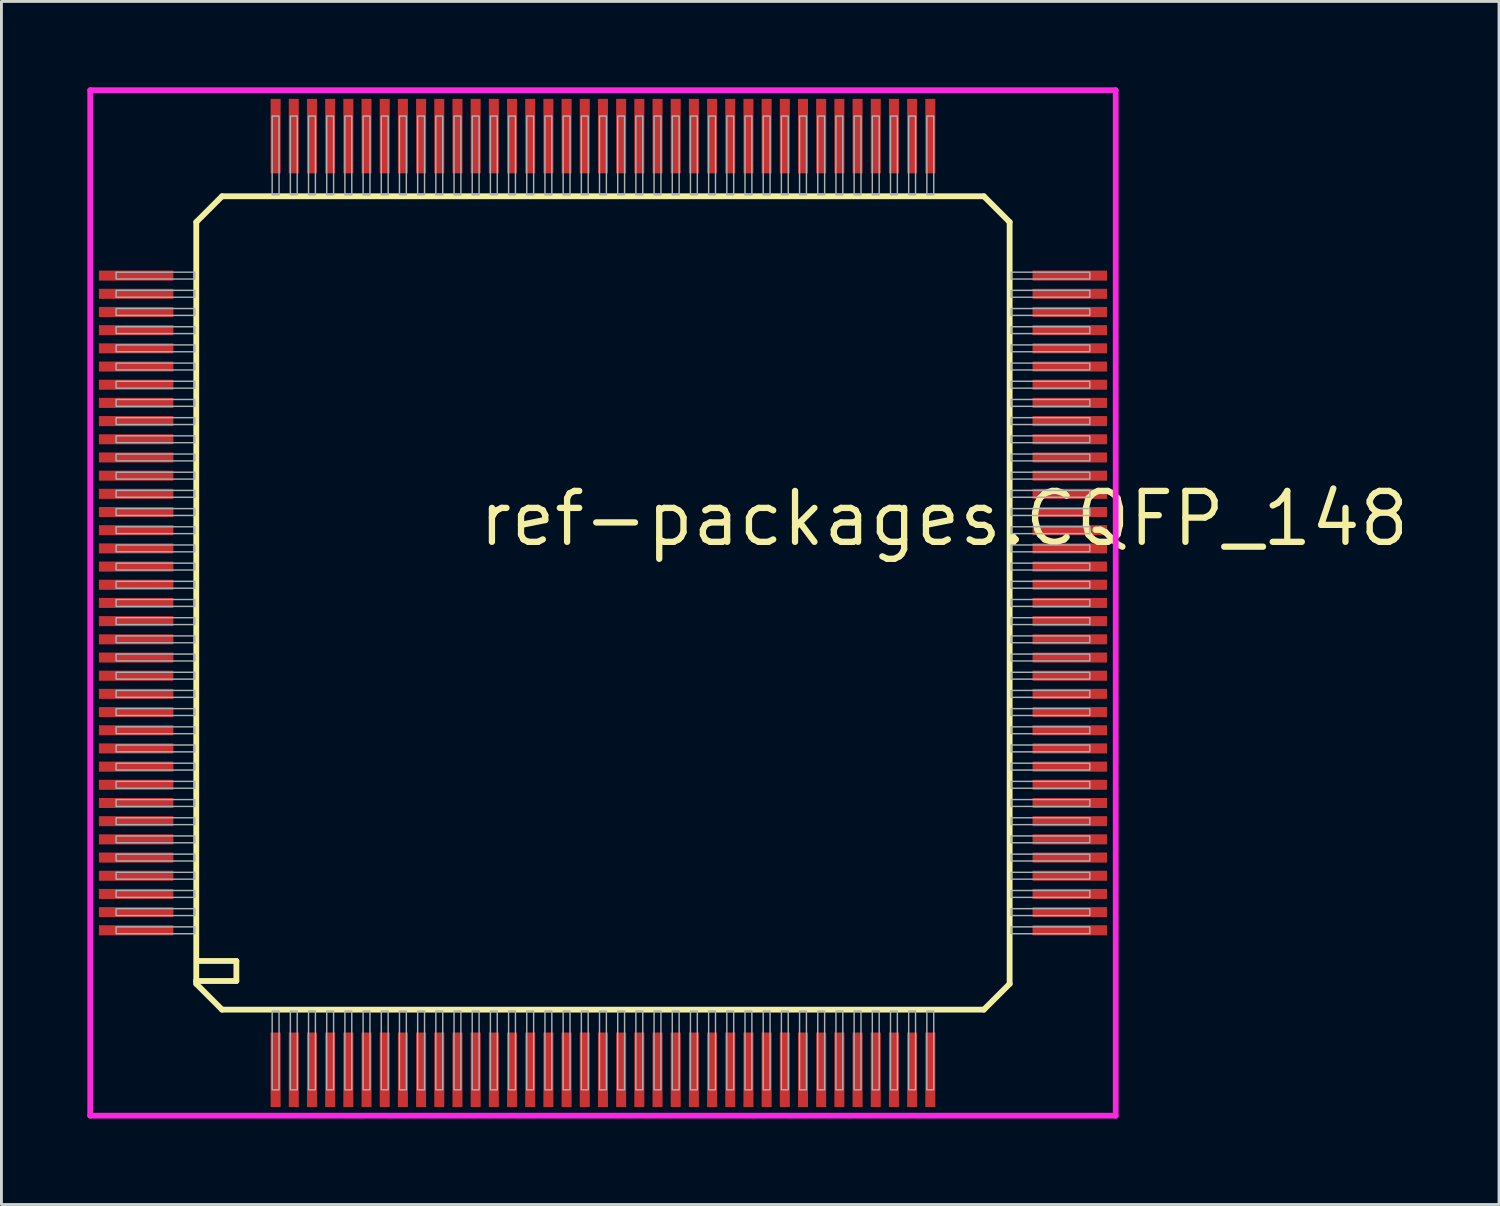
<source format=kicad_pcb>
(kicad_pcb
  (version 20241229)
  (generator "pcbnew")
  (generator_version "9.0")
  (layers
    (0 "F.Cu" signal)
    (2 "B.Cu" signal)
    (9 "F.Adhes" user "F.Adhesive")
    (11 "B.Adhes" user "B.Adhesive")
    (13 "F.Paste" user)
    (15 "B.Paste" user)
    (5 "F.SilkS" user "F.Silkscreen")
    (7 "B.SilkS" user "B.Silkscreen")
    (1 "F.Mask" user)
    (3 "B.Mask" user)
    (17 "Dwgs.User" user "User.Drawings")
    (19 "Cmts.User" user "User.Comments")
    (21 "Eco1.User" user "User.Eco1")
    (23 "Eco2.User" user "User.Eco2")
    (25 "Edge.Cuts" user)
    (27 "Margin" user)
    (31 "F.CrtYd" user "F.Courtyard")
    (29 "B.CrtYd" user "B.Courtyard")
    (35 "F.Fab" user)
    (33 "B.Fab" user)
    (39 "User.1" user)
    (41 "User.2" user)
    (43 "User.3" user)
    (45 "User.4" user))
  (footprint "ref-packages.CQFP_148"
    (layer "F.Cu")
    (at 18.003 18.003)
    (property "Reference" "ref-packages.CQFP_148" (at -4.445 -1.905 0) (layer "F.SilkS") (effects (font (size 1.778 1.778) (thickness 0.22)) (justify left bottom)))
    (attr smd)
    (fp_line (start -14.2 -13.3) (end -14.2 13.2) (stroke (width 0.203) (type default)) (layer "F.SilkS"))
    (fp_line (start -14.2 -13.3) (end -13.3 -14.2) (stroke (width 0.203) (type default)) (layer "F.SilkS"))
    (fp_line (start -14.2 13.2) (end -14.2 13.3) (stroke (width 0.203) (type default)) (layer "F.SilkS"))
    (fp_line (start -14.2 13.2) (end -12.8 13.2) (stroke (width 0.203) (type default)) (layer "F.SilkS"))
    (fp_line (start -14.2 13.3) (end -13.3 14.2) (stroke (width 0.203) (type default)) (layer "F.SilkS"))
    (fp_line (start -13.3 14.2) (end 13.3 14.2) (stroke (width 0.203) (type default)) (layer "F.SilkS"))
    (fp_line (start -12.8 12.5) (end -14.1 12.5) (stroke (width 0.203) (type default)) (layer "F.SilkS"))
    (fp_line (start -12.8 13.2) (end -12.8 12.5) (stroke (width 0.203) (type default)) (layer "F.SilkS"))
    (fp_line (start 13.3 -14.2) (end -13.3 -14.2) (stroke (width 0.203) (type default)) (layer "F.SilkS"))
    (fp_line (start 13.3 -14.2) (end 14.2 -13.3) (stroke (width 0.203) (type default)) (layer "F.SilkS"))
    (fp_line (start 13.3 14.2) (end 14.2 13.3) (stroke (width 0.203) (type default)) (layer "F.SilkS"))
    (fp_line (start 14.2 13.3) (end 14.2 -13.3) (stroke (width 0.203) (type default)) (layer "F.SilkS"))
    (fp_line (start -17.903 -17.903) (end 17.903 -17.903) (stroke (width 0.2) (type default)) (layer "F.CrtYd"))
    (fp_line (start -17.903 17.903) (end -17.903 -17.903) (stroke (width 0.2) (type default)) (layer "F.CrtYd"))
    (fp_line (start 17.903 -17.903) (end 17.903 17.903) (stroke (width 0.2) (type default)) (layer "F.CrtYd"))
    (fp_line (start 17.903 17.903) (end -17.903 17.903) (stroke (width 0.2) (type default)) (layer "F.CrtYd"))
    (fp_rect (start -17 -11.31) (end -14.25 -11.55) (stroke (width 0.05) (type default)) (fill no) (layer "F.Fab"))
    (fp_rect (start -17 -10.675) (end -14.25 -10.915) (stroke (width 0.05) (type default)) (fill no) (layer "F.Fab"))
    (fp_rect (start -17 -10.04) (end -14.25 -10.28) (stroke (width 0.05) (type default)) (fill no) (layer "F.Fab"))
    (fp_rect (start -17 -9.405) (end -14.25 -9.645) (stroke (width 0.05) (type default)) (fill no) (layer "F.Fab"))
    (fp_rect (start -17 -8.77) (end -14.25 -9.01) (stroke (width 0.05) (type default)) (fill no) (layer "F.Fab"))
    (fp_rect (start -17 -8.135) (end -14.25 -8.375) (stroke (width 0.05) (type default)) (fill no) (layer "F.Fab"))
    (fp_rect (start -17 -7.5) (end -14.25 -7.74) (stroke (width 0.05) (type default)) (fill no) (layer "F.Fab"))
    (fp_rect (start -17 -6.865) (end -14.25 -7.105) (stroke (width 0.05) (type default)) (fill no) (layer "F.Fab"))
    (fp_rect (start -17 -6.23) (end -14.25 -6.47) (stroke (width 0.05) (type default)) (fill no) (layer "F.Fab"))
    (fp_rect (start -17 -5.595) (end -14.25 -5.835) (stroke (width 0.05) (type default)) (fill no) (layer "F.Fab"))
    (fp_rect (start -17 -4.96) (end -14.25 -5.2) (stroke (width 0.05) (type default)) (fill no) (layer "F.Fab"))
    (fp_rect (start -17 -4.325) (end -14.25 -4.565) (stroke (width 0.05) (type default)) (fill no) (layer "F.Fab"))
    (fp_rect (start -17 -3.69) (end -14.25 -3.93) (stroke (width 0.05) (type default)) (fill no) (layer "F.Fab"))
    (fp_rect (start -17 -3.055) (end -14.25 -3.295) (stroke (width 0.05) (type default)) (fill no) (layer "F.Fab"))
    (fp_rect (start -17 -2.42) (end -14.25 -2.66) (stroke (width 0.05) (type default)) (fill no) (layer "F.Fab"))
    (fp_rect (start -17 -1.785) (end -14.25 -2.025) (stroke (width 0.05) (type default)) (fill no) (layer "F.Fab"))
    (fp_rect (start -17 -1.15) (end -14.25 -1.39) (stroke (width 0.05) (type default)) (fill no) (layer "F.Fab"))
    (fp_rect (start -17 -0.515) (end -14.25 -0.755) (stroke (width 0.05) (type default)) (fill no) (layer "F.Fab"))
    (fp_rect (start -17 0.12) (end -14.25 -0.12) (stroke (width 0.05) (type default)) (fill no) (layer "F.Fab"))
    (fp_rect (start -17 0.755) (end -14.25 0.515) (stroke (width 0.05) (type default)) (fill no) (layer "F.Fab"))
    (fp_rect (start -17 1.39) (end -14.25 1.15) (stroke (width 0.05) (type default)) (fill no) (layer "F.Fab"))
    (fp_rect (start -17 2.025) (end -14.25 1.785) (stroke (width 0.05) (type default)) (fill no) (layer "F.Fab"))
    (fp_rect (start -17 2.66) (end -14.25 2.42) (stroke (width 0.05) (type default)) (fill no) (layer "F.Fab"))
    (fp_rect (start -17 3.295) (end -14.25 3.055) (stroke (width 0.05) (type default)) (fill no) (layer "F.Fab"))
    (fp_rect (start -17 3.93) (end -14.25 3.69) (stroke (width 0.05) (type default)) (fill no) (layer "F.Fab"))
    (fp_rect (start -17 4.565) (end -14.25 4.325) (stroke (width 0.05) (type default)) (fill no) (layer "F.Fab"))
    (fp_rect (start -17 5.2) (end -14.25 4.96) (stroke (width 0.05) (type default)) (fill no) (layer "F.Fab"))
    (fp_rect (start -17 5.835) (end -14.25 5.595) (stroke (width 0.05) (type default)) (fill no) (layer "F.Fab"))
    (fp_rect (start -17 6.47) (end -14.25 6.23) (stroke (width 0.05) (type default)) (fill no) (layer "F.Fab"))
    (fp_rect (start -17 7.105) (end -14.25 6.865) (stroke (width 0.05) (type default)) (fill no) (layer "F.Fab"))
    (fp_rect (start -17 7.74) (end -14.25 7.5) (stroke (width 0.05) (type default)) (fill no) (layer "F.Fab"))
    (fp_rect (start -17 8.375) (end -14.25 8.135) (stroke (width 0.05) (type default)) (fill no) (layer "F.Fab"))
    (fp_rect (start -17 9.01) (end -14.25 8.77) (stroke (width 0.05) (type default)) (fill no) (layer "F.Fab"))
    (fp_rect (start -17 9.645) (end -14.25 9.405) (stroke (width 0.05) (type default)) (fill no) (layer "F.Fab"))
    (fp_rect (start -17 10.28) (end -14.25 10.04) (stroke (width 0.05) (type default)) (fill no) (layer "F.Fab"))
    (fp_rect (start -17 10.915) (end -14.25 10.675) (stroke (width 0.05) (type default)) (fill no) (layer "F.Fab"))
    (fp_rect (start -17 11.55) (end -14.25 11.31) (stroke (width 0.05) (type default)) (fill no) (layer "F.Fab"))
    (fp_rect (start -11.55 -14.25) (end -11.31 -17) (stroke (width 0.05) (type default)) (fill no) (layer "F.Fab"))
    (fp_rect (start -11.55 17) (end -11.31 14.25) (stroke (width 0.05) (type default)) (fill no) (layer "F.Fab"))
    (fp_rect (start -10.915 -14.25) (end -10.675 -17) (stroke (width 0.05) (type default)) (fill no) (layer "F.Fab"))
    (fp_rect (start -10.915 17) (end -10.675 14.25) (stroke (width 0.05) (type default)) (fill no) (layer "F.Fab"))
    (fp_rect (start -10.28 -14.25) (end -10.04 -17) (stroke (width 0.05) (type default)) (fill no) (layer "F.Fab"))
    (fp_rect (start -10.28 17) (end -10.04 14.25) (stroke (width 0.05) (type default)) (fill no) (layer "F.Fab"))
    (fp_rect (start -9.645 -14.25) (end -9.405 -17) (stroke (width 0.05) (type default)) (fill no) (layer "F.Fab"))
    (fp_rect (start -9.645 17) (end -9.405 14.25) (stroke (width 0.05) (type default)) (fill no) (layer "F.Fab"))
    (fp_rect (start -9.01 -14.25) (end -8.77 -17) (stroke (width 0.05) (type default)) (fill no) (layer "F.Fab"))
    (fp_rect (start -9.01 17) (end -8.77 14.25) (stroke (width 0.05) (type default)) (fill no) (layer "F.Fab"))
    (fp_rect (start -8.375 -14.25) (end -8.135 -17) (stroke (width 0.05) (type default)) (fill no) (layer "F.Fab"))
    (fp_rect (start -8.375 17) (end -8.135 14.25) (stroke (width 0.05) (type default)) (fill no) (layer "F.Fab"))
    (fp_rect (start -7.74 -14.25) (end -7.5 -17) (stroke (width 0.05) (type default)) (fill no) (layer "F.Fab"))
    (fp_rect (start -7.74 17) (end -7.5 14.25) (stroke (width 0.05) (type default)) (fill no) (layer "F.Fab"))
    (fp_rect (start -7.105 -14.25) (end -6.865 -17) (stroke (width 0.05) (type default)) (fill no) (layer "F.Fab"))
    (fp_rect (start -7.105 17) (end -6.865 14.25) (stroke (width 0.05) (type default)) (fill no) (layer "F.Fab"))
    (fp_rect (start -6.47 -14.25) (end -6.23 -17) (stroke (width 0.05) (type default)) (fill no) (layer "F.Fab"))
    (fp_rect (start -6.47 17) (end -6.23 14.25) (stroke (width 0.05) (type default)) (fill no) (layer "F.Fab"))
    (fp_rect (start -5.835 -14.25) (end -5.595 -17) (stroke (width 0.05) (type default)) (fill no) (layer "F.Fab"))
    (fp_rect (start -5.835 17) (end -5.595 14.25) (stroke (width 0.05) (type default)) (fill no) (layer "F.Fab"))
    (fp_rect (start -5.2 -14.25) (end -4.96 -17) (stroke (width 0.05) (type default)) (fill no) (layer "F.Fab"))
    (fp_rect (start -5.2 17) (end -4.96 14.25) (stroke (width 0.05) (type default)) (fill no) (layer "F.Fab"))
    (fp_rect (start -4.565 -14.25) (end -4.325 -17) (stroke (width 0.05) (type default)) (fill no) (layer "F.Fab"))
    (fp_rect (start -4.565 17) (end -4.325 14.25) (stroke (width 0.05) (type default)) (fill no) (layer "F.Fab"))
    (fp_rect (start -3.93 -14.25) (end -3.69 -17) (stroke (width 0.05) (type default)) (fill no) (layer "F.Fab"))
    (fp_rect (start -3.93 17) (end -3.69 14.25) (stroke (width 0.05) (type default)) (fill no) (layer "F.Fab"))
    (fp_rect (start -3.295 -14.25) (end -3.055 -17) (stroke (width 0.05) (type default)) (fill no) (layer "F.Fab"))
    (fp_rect (start -3.295 17) (end -3.055 14.25) (stroke (width 0.05) (type default)) (fill no) (layer "F.Fab"))
    (fp_rect (start -2.66 -14.25) (end -2.42 -17) (stroke (width 0.05) (type default)) (fill no) (layer "F.Fab"))
    (fp_rect (start -2.66 17) (end -2.42 14.25) (stroke (width 0.05) (type default)) (fill no) (layer "F.Fab"))
    (fp_rect (start -2.025 -14.25) (end -1.785 -17) (stroke (width 0.05) (type default)) (fill no) (layer "F.Fab"))
    (fp_rect (start -2.025 17) (end -1.785 14.25) (stroke (width 0.05) (type default)) (fill no) (layer "F.Fab"))
    (fp_rect (start -1.39 -14.25) (end -1.15 -17) (stroke (width 0.05) (type default)) (fill no) (layer "F.Fab"))
    (fp_rect (start -1.39 17) (end -1.15 14.25) (stroke (width 0.05) (type default)) (fill no) (layer "F.Fab"))
    (fp_rect (start -0.755 -14.25) (end -0.515 -17) (stroke (width 0.05) (type default)) (fill no) (layer "F.Fab"))
    (fp_rect (start -0.755 17) (end -0.515 14.25) (stroke (width 0.05) (type default)) (fill no) (layer "F.Fab"))
    (fp_rect (start -0.12 -14.25) (end 0.12 -17) (stroke (width 0.05) (type default)) (fill no) (layer "F.Fab"))
    (fp_rect (start -0.12 17) (end 0.12 14.25) (stroke (width 0.05) (type default)) (fill no) (layer "F.Fab"))
    (fp_rect (start 0.515 -14.25) (end 0.755 -17) (stroke (width 0.05) (type default)) (fill no) (layer "F.Fab"))
    (fp_rect (start 0.515 17) (end 0.755 14.25) (stroke (width 0.05) (type default)) (fill no) (layer "F.Fab"))
    (fp_rect (start 1.15 -14.25) (end 1.39 -17) (stroke (width 0.05) (type default)) (fill no) (layer "F.Fab"))
    (fp_rect (start 1.15 17) (end 1.39 14.25) (stroke (width 0.05) (type default)) (fill no) (layer "F.Fab"))
    (fp_rect (start 1.785 -14.25) (end 2.025 -17) (stroke (width 0.05) (type default)) (fill no) (layer "F.Fab"))
    (fp_rect (start 1.785 17) (end 2.025 14.25) (stroke (width 0.05) (type default)) (fill no) (layer "F.Fab"))
    (fp_rect (start 2.42 -14.25) (end 2.66 -17) (stroke (width 0.05) (type default)) (fill no) (layer "F.Fab"))
    (fp_rect (start 2.42 17) (end 2.66 14.25) (stroke (width 0.05) (type default)) (fill no) (layer "F.Fab"))
    (fp_rect (start 3.055 -14.25) (end 3.295 -17) (stroke (width 0.05) (type default)) (fill no) (layer "F.Fab"))
    (fp_rect (start 3.055 17) (end 3.295 14.25) (stroke (width 0.05) (type default)) (fill no) (layer "F.Fab"))
    (fp_rect (start 3.69 -14.25) (end 3.93 -17) (stroke (width 0.05) (type default)) (fill no) (layer "F.Fab"))
    (fp_rect (start 3.69 17) (end 3.93 14.25) (stroke (width 0.05) (type default)) (fill no) (layer "F.Fab"))
    (fp_rect (start 4.325 -14.25) (end 4.565 -17) (stroke (width 0.05) (type default)) (fill no) (layer "F.Fab"))
    (fp_rect (start 4.325 17) (end 4.565 14.25) (stroke (width 0.05) (type default)) (fill no) (layer "F.Fab"))
    (fp_rect (start 4.96 -14.25) (end 5.2 -17) (stroke (width 0.05) (type default)) (fill no) (layer "F.Fab"))
    (fp_rect (start 4.96 17) (end 5.2 14.25) (stroke (width 0.05) (type default)) (fill no) (layer "F.Fab"))
    (fp_rect (start 5.595 -14.25) (end 5.835 -17) (stroke (width 0.05) (type default)) (fill no) (layer "F.Fab"))
    (fp_rect (start 5.595 17) (end 5.835 14.25) (stroke (width 0.05) (type default)) (fill no) (layer "F.Fab"))
    (fp_rect (start 6.23 -14.25) (end 6.47 -17) (stroke (width 0.05) (type default)) (fill no) (layer "F.Fab"))
    (fp_rect (start 6.23 17) (end 6.47 14.25) (stroke (width 0.05) (type default)) (fill no) (layer "F.Fab"))
    (fp_rect (start 6.865 -14.25) (end 7.105 -17) (stroke (width 0.05) (type default)) (fill no) (layer "F.Fab"))
    (fp_rect (start 6.865 17) (end 7.105 14.25) (stroke (width 0.05) (type default)) (fill no) (layer "F.Fab"))
    (fp_rect (start 7.5 -14.25) (end 7.74 -17) (stroke (width 0.05) (type default)) (fill no) (layer "F.Fab"))
    (fp_rect (start 7.5 17) (end 7.74 14.25) (stroke (width 0.05) (type default)) (fill no) (layer "F.Fab"))
    (fp_rect (start 8.135 -14.25) (end 8.375 -17) (stroke (width 0.05) (type default)) (fill no) (layer "F.Fab"))
    (fp_rect (start 8.135 17) (end 8.375 14.25) (stroke (width 0.05) (type default)) (fill no) (layer "F.Fab"))
    (fp_rect (start 8.77 -14.25) (end 9.01 -17) (stroke (width 0.05) (type default)) (fill no) (layer "F.Fab"))
    (fp_rect (start 8.77 17) (end 9.01 14.25) (stroke (width 0.05) (type default)) (fill no) (layer "F.Fab"))
    (fp_rect (start 9.405 -14.25) (end 9.645 -17) (stroke (width 0.05) (type default)) (fill no) (layer "F.Fab"))
    (fp_rect (start 9.405 17) (end 9.645 14.25) (stroke (width 0.05) (type default)) (fill no) (layer "F.Fab"))
    (fp_rect (start 10.04 -14.25) (end 10.28 -17) (stroke (width 0.05) (type default)) (fill no) (layer "F.Fab"))
    (fp_rect (start 10.04 17) (end 10.28 14.25) (stroke (width 0.05) (type default)) (fill no) (layer "F.Fab"))
    (fp_rect (start 10.675 -14.25) (end 10.915 -17) (stroke (width 0.05) (type default)) (fill no) (layer "F.Fab"))
    (fp_rect (start 10.675 17) (end 10.915 14.25) (stroke (width 0.05) (type default)) (fill no) (layer "F.Fab"))
    (fp_rect (start 11.31 -14.25) (end 11.55 -17) (stroke (width 0.05) (type default)) (fill no) (layer "F.Fab"))
    (fp_rect (start 11.31 17) (end 11.55 14.25) (stroke (width 0.05) (type default)) (fill no) (layer "F.Fab"))
    (fp_rect (start 14.25 -11.31) (end 17 -11.55) (stroke (width 0.05) (type default)) (fill no) (layer "F.Fab"))
    (fp_rect (start 14.25 -10.675) (end 17 -10.915) (stroke (width 0.05) (type default)) (fill no) (layer "F.Fab"))
    (fp_rect (start 14.25 -10.04) (end 17 -10.28) (stroke (width 0.05) (type default)) (fill no) (layer "F.Fab"))
    (fp_rect (start 14.25 -9.405) (end 17 -9.645) (stroke (width 0.05) (type default)) (fill no) (layer "F.Fab"))
    (fp_rect (start 14.25 -8.77) (end 17 -9.01) (stroke (width 0.05) (type default)) (fill no) (layer "F.Fab"))
    (fp_rect (start 14.25 -8.135) (end 17 -8.375) (stroke (width 0.05) (type default)) (fill no) (layer "F.Fab"))
    (fp_rect (start 14.25 -7.5) (end 17 -7.74) (stroke (width 0.05) (type default)) (fill no) (layer "F.Fab"))
    (fp_rect (start 14.25 -6.865) (end 17 -7.105) (stroke (width 0.05) (type default)) (fill no) (layer "F.Fab"))
    (fp_rect (start 14.25 -6.23) (end 17 -6.47) (stroke (width 0.05) (type default)) (fill no) (layer "F.Fab"))
    (fp_rect (start 14.25 -5.595) (end 17 -5.835) (stroke (width 0.05) (type default)) (fill no) (layer "F.Fab"))
    (fp_rect (start 14.25 -4.96) (end 17 -5.2) (stroke (width 0.05) (type default)) (fill no) (layer "F.Fab"))
    (fp_rect (start 14.25 -4.325) (end 17 -4.565) (stroke (width 0.05) (type default)) (fill no) (layer "F.Fab"))
    (fp_rect (start 14.25 -3.69) (end 17 -3.93) (stroke (width 0.05) (type default)) (fill no) (layer "F.Fab"))
    (fp_rect (start 14.25 -3.055) (end 17 -3.295) (stroke (width 0.05) (type default)) (fill no) (layer "F.Fab"))
    (fp_rect (start 14.25 -2.42) (end 17 -2.66) (stroke (width 0.05) (type default)) (fill no) (layer "F.Fab"))
    (fp_rect (start 14.25 -1.785) (end 17 -2.025) (stroke (width 0.05) (type default)) (fill no) (layer "F.Fab"))
    (fp_rect (start 14.25 -1.15) (end 17 -1.39) (stroke (width 0.05) (type default)) (fill no) (layer "F.Fab"))
    (fp_rect (start 14.25 -0.515) (end 17 -0.755) (stroke (width 0.05) (type default)) (fill no) (layer "F.Fab"))
    (fp_rect (start 14.25 0.12) (end 17 -0.12) (stroke (width 0.05) (type default)) (fill no) (layer "F.Fab"))
    (fp_rect (start 14.25 0.755) (end 17 0.515) (stroke (width 0.05) (type default)) (fill no) (layer "F.Fab"))
    (fp_rect (start 14.25 1.39) (end 17 1.15) (stroke (width 0.05) (type default)) (fill no) (layer "F.Fab"))
    (fp_rect (start 14.25 2.025) (end 17 1.785) (stroke (width 0.05) (type default)) (fill no) (layer "F.Fab"))
    (fp_rect (start 14.25 2.66) (end 17 2.42) (stroke (width 0.05) (type default)) (fill no) (layer "F.Fab"))
    (fp_rect (start 14.25 3.295) (end 17 3.055) (stroke (width 0.05) (type default)) (fill no) (layer "F.Fab"))
    (fp_rect (start 14.25 3.93) (end 17 3.69) (stroke (width 0.05) (type default)) (fill no) (layer "F.Fab"))
    (fp_rect (start 14.25 4.565) (end 17 4.325) (stroke (width 0.05) (type default)) (fill no) (layer "F.Fab"))
    (fp_rect (start 14.25 5.2) (end 17 4.96) (stroke (width 0.05) (type default)) (fill no) (layer "F.Fab"))
    (fp_rect (start 14.25 5.835) (end 17 5.595) (stroke (width 0.05) (type default)) (fill no) (layer "F.Fab"))
    (fp_rect (start 14.25 6.47) (end 17 6.23) (stroke (width 0.05) (type default)) (fill no) (layer "F.Fab"))
    (fp_rect (start 14.25 7.105) (end 17 6.865) (stroke (width 0.05) (type default)) (fill no) (layer "F.Fab"))
    (fp_rect (start 14.25 7.74) (end 17 7.5) (stroke (width 0.05) (type default)) (fill no) (layer "F.Fab"))
    (fp_rect (start 14.25 8.375) (end 17 8.135) (stroke (width 0.05) (type default)) (fill no) (layer "F.Fab"))
    (fp_rect (start 14.25 9.01) (end 17 8.77) (stroke (width 0.05) (type default)) (fill no) (layer "F.Fab"))
    (fp_rect (start 14.25 9.645) (end 17 9.405) (stroke (width 0.05) (type default)) (fill no) (layer "F.Fab"))
    (fp_rect (start 14.25 10.28) (end 17 10.04) (stroke (width 0.05) (type default)) (fill no) (layer "F.Fab"))
    (fp_rect (start 14.25 10.915) (end 17 10.675) (stroke (width 0.05) (type default)) (fill no) (layer "F.Fab"))
    (fp_rect (start 14.25 11.55) (end 17 11.31) (stroke (width 0.05) (type default)) (fill no) (layer "F.Fab"))
    (pad "1" smd roundrect (at -11.43 16.3) (size 0.35 2.6) (layers "F.Cu" "F.Mask" "F.Paste") (roundrect_rratio 0.01))
    (pad "2" smd roundrect (at -10.795 16.3) (size 0.35 2.6) (layers "F.Cu" "F.Mask" "F.Paste") (roundrect_rratio 0.01))
    (pad "3" smd roundrect (at -10.16 16.3) (size 0.35 2.6) (layers "F.Cu" "F.Mask" "F.Paste") (roundrect_rratio 0.01))
    (pad "4" smd roundrect (at -9.525 16.3) (size 0.35 2.6) (layers "F.Cu" "F.Mask" "F.Paste") (roundrect_rratio 0.01))
    (pad "5" smd roundrect (at -8.89 16.3) (size 0.35 2.6) (layers "F.Cu" "F.Mask" "F.Paste") (roundrect_rratio 0.01))
    (pad "6" smd roundrect (at -8.255 16.3) (size 0.35 2.6) (layers "F.Cu" "F.Mask" "F.Paste") (roundrect_rratio 0.01))
    (pad "7" smd roundrect (at -7.62 16.3) (size 0.35 2.6) (layers "F.Cu" "F.Mask" "F.Paste") (roundrect_rratio 0.01))
    (pad "8" smd roundrect (at -6.985 16.3) (size 0.35 2.6) (layers "F.Cu" "F.Mask" "F.Paste") (roundrect_rratio 0.01))
    (pad "9" smd roundrect (at -6.35 16.3) (size 0.35 2.6) (layers "F.Cu" "F.Mask" "F.Paste") (roundrect_rratio 0.01))
    (pad "10" smd roundrect (at -5.715 16.3) (size 0.35 2.6) (layers "F.Cu" "F.Mask" "F.Paste") (roundrect_rratio 0.01))
    (pad "11" smd roundrect (at -5.08 16.3) (size 0.35 2.6) (layers "F.Cu" "F.Mask" "F.Paste") (roundrect_rratio 0.01))
    (pad "12" smd roundrect (at -4.445 16.3) (size 0.35 2.6) (layers "F.Cu" "F.Mask" "F.Paste") (roundrect_rratio 0.01))
    (pad "13" smd roundrect (at -3.81 16.3) (size 0.35 2.6) (layers "F.Cu" "F.Mask" "F.Paste") (roundrect_rratio 0.01))
    (pad "14" smd roundrect (at -3.175 16.3) (size 0.35 2.6) (layers "F.Cu" "F.Mask" "F.Paste") (roundrect_rratio 0.01))
    (pad "15" smd roundrect (at -2.54 16.3) (size 0.35 2.6) (layers "F.Cu" "F.Mask" "F.Paste") (roundrect_rratio 0.01))
    (pad "16" smd roundrect (at -1.905 16.3) (size 0.35 2.6) (layers "F.Cu" "F.Mask" "F.Paste") (roundrect_rratio 0.01))
    (pad "17" smd roundrect (at -1.27 16.3) (size 0.35 2.6) (layers "F.Cu" "F.Mask" "F.Paste") (roundrect_rratio 0.01))
    (pad "18" smd roundrect (at -0.635 16.3) (size 0.35 2.6) (layers "F.Cu" "F.Mask" "F.Paste") (roundrect_rratio 0.01))
    (pad "19" smd roundrect (at 0 16.3) (size 0.35 2.6) (layers "F.Cu" "F.Mask" "F.Paste") (roundrect_rratio 0.01))
    (pad "20" smd roundrect (at 0.635 16.3) (size 0.35 2.6) (layers "F.Cu" "F.Mask" "F.Paste") (roundrect_rratio 0.01))
    (pad "21" smd roundrect (at 1.27 16.3) (size 0.35 2.6) (layers "F.Cu" "F.Mask" "F.Paste") (roundrect_rratio 0.01))
    (pad "22" smd roundrect (at 1.905 16.3) (size 0.35 2.6) (layers "F.Cu" "F.Mask" "F.Paste") (roundrect_rratio 0.01))
    (pad "23" smd roundrect (at 2.54 16.3) (size 0.35 2.6) (layers "F.Cu" "F.Mask" "F.Paste") (roundrect_rratio 0.01))
    (pad "24" smd roundrect (at 3.175 16.3) (size 0.35 2.6) (layers "F.Cu" "F.Mask" "F.Paste") (roundrect_rratio 0.01))
    (pad "25" smd roundrect (at 3.81 16.3) (size 0.35 2.6) (layers "F.Cu" "F.Mask" "F.Paste") (roundrect_rratio 0.01))
    (pad "26" smd roundrect (at 4.445 16.3) (size 0.35 2.6) (layers "F.Cu" "F.Mask" "F.Paste") (roundrect_rratio 0.01))
    (pad "27" smd roundrect (at 5.08 16.3) (size 0.35 2.6) (layers "F.Cu" "F.Mask" "F.Paste") (roundrect_rratio 0.01))
    (pad "28" smd roundrect (at 5.715 16.3) (size 0.35 2.6) (layers "F.Cu" "F.Mask" "F.Paste") (roundrect_rratio 0.01))
    (pad "29" smd roundrect (at 6.35 16.3) (size 0.35 2.6) (layers "F.Cu" "F.Mask" "F.Paste") (roundrect_rratio 0.01))
    (pad "30" smd roundrect (at 6.985 16.3) (size 0.35 2.6) (layers "F.Cu" "F.Mask" "F.Paste") (roundrect_rratio 0.01))
    (pad "31" smd roundrect (at 7.62 16.3) (size 0.35 2.6) (layers "F.Cu" "F.Mask" "F.Paste") (roundrect_rratio 0.01))
    (pad "32" smd roundrect (at 8.255 16.3) (size 0.35 2.6) (layers "F.Cu" "F.Mask" "F.Paste") (roundrect_rratio 0.01))
    (pad "33" smd roundrect (at 8.89 16.3) (size 0.35 2.6) (layers "F.Cu" "F.Mask" "F.Paste") (roundrect_rratio 0.01))
    (pad "34" smd roundrect (at 9.525 16.3) (size 0.35 2.6) (layers "F.Cu" "F.Mask" "F.Paste") (roundrect_rratio 0.01))
    (pad "35" smd roundrect (at 10.16 16.3) (size 0.35 2.6) (layers "F.Cu" "F.Mask" "F.Paste") (roundrect_rratio 0.01))
    (pad "36" smd roundrect (at 10.795 16.3) (size 0.35 2.6) (layers "F.Cu" "F.Mask" "F.Paste") (roundrect_rratio 0.01))
    (pad "37" smd roundrect (at 11.43 16.3) (size 0.35 2.6) (layers "F.Cu" "F.Mask" "F.Paste") (roundrect_rratio 0.01))
    (pad "38" smd roundrect (at 16.3 11.43) (size 2.6 0.35) (layers "F.Cu" "F.Mask" "F.Paste") (roundrect_rratio 0.01))
    (pad "39" smd roundrect (at 16.3 10.795) (size 2.6 0.35) (layers "F.Cu" "F.Mask" "F.Paste") (roundrect_rratio 0.01))
    (pad "40" smd roundrect (at 16.3 10.16) (size 2.6 0.35) (layers "F.Cu" "F.Mask" "F.Paste") (roundrect_rratio 0.01))
    (pad "41" smd roundrect (at 16.3 9.525) (size 2.6 0.35) (layers "F.Cu" "F.Mask" "F.Paste") (roundrect_rratio 0.01))
    (pad "42" smd roundrect (at 16.3 8.89) (size 2.6 0.35) (layers "F.Cu" "F.Mask" "F.Paste") (roundrect_rratio 0.01))
    (pad "43" smd roundrect (at 16.3 8.255) (size 2.6 0.35) (layers "F.Cu" "F.Mask" "F.Paste") (roundrect_rratio 0.01))
    (pad "44" smd roundrect (at 16.3 7.62) (size 2.6 0.35) (layers "F.Cu" "F.Mask" "F.Paste") (roundrect_rratio 0.01))
    (pad "45" smd roundrect (at 16.3 6.985) (size 2.6 0.35) (layers "F.Cu" "F.Mask" "F.Paste") (roundrect_rratio 0.01))
    (pad "46" smd roundrect (at 16.3 6.35) (size 2.6 0.35) (layers "F.Cu" "F.Mask" "F.Paste") (roundrect_rratio 0.01))
    (pad "47" smd roundrect (at 16.3 5.715) (size 2.6 0.35) (layers "F.Cu" "F.Mask" "F.Paste") (roundrect_rratio 0.01))
    (pad "48" smd roundrect (at 16.3 5.08) (size 2.6 0.35) (layers "F.Cu" "F.Mask" "F.Paste") (roundrect_rratio 0.01))
    (pad "49" smd roundrect (at 16.3 4.445) (size 2.6 0.35) (layers "F.Cu" "F.Mask" "F.Paste") (roundrect_rratio 0.01))
    (pad "50" smd roundrect (at 16.3 3.81) (size 2.6 0.35) (layers "F.Cu" "F.Mask" "F.Paste") (roundrect_rratio 0.01))
    (pad "51" smd roundrect (at 16.3 3.175) (size 2.6 0.35) (layers "F.Cu" "F.Mask" "F.Paste") (roundrect_rratio 0.01))
    (pad "52" smd roundrect (at 16.3 2.54) (size 2.6 0.35) (layers "F.Cu" "F.Mask" "F.Paste") (roundrect_rratio 0.01))
    (pad "53" smd roundrect (at 16.3 1.905) (size 2.6 0.35) (layers "F.Cu" "F.Mask" "F.Paste") (roundrect_rratio 0.01))
    (pad "54" smd roundrect (at 16.3 1.27) (size 2.6 0.35) (layers "F.Cu" "F.Mask" "F.Paste") (roundrect_rratio 0.01))
    (pad "55" smd roundrect (at 16.3 0.635) (size 2.6 0.35) (layers "F.Cu" "F.Mask" "F.Paste") (roundrect_rratio 0.01))
    (pad "56" smd roundrect (at 16.3 0) (size 2.6 0.35) (layers "F.Cu" "F.Mask" "F.Paste") (roundrect_rratio 0.01))
    (pad "57" smd roundrect (at 16.3 -0.635) (size 2.6 0.35) (layers "F.Cu" "F.Mask" "F.Paste") (roundrect_rratio 0.01))
    (pad "58" smd roundrect (at 16.3 -1.27) (size 2.6 0.35) (layers "F.Cu" "F.Mask" "F.Paste") (roundrect_rratio 0.01))
    (pad "59" smd roundrect (at 16.3 -1.905) (size 2.6 0.35) (layers "F.Cu" "F.Mask" "F.Paste") (roundrect_rratio 0.01))
    (pad "60" smd roundrect (at 16.3 -2.54) (size 2.6 0.35) (layers "F.Cu" "F.Mask" "F.Paste") (roundrect_rratio 0.01))
    (pad "61" smd roundrect (at 16.3 -3.175) (size 2.6 0.35) (layers "F.Cu" "F.Mask" "F.Paste") (roundrect_rratio 0.01))
    (pad "62" smd roundrect (at 16.3 -3.81) (size 2.6 0.35) (layers "F.Cu" "F.Mask" "F.Paste") (roundrect_rratio 0.01))
    (pad "63" smd roundrect (at 16.3 -4.445) (size 2.6 0.35) (layers "F.Cu" "F.Mask" "F.Paste") (roundrect_rratio 0.01))
    (pad "64" smd roundrect (at 16.3 -5.08) (size 2.6 0.35) (layers "F.Cu" "F.Mask" "F.Paste") (roundrect_rratio 0.01))
    (pad "65" smd roundrect (at 16.3 -5.715) (size 2.6 0.35) (layers "F.Cu" "F.Mask" "F.Paste") (roundrect_rratio 0.01))
    (pad "66" smd roundrect (at 16.3 -6.35) (size 2.6 0.35) (layers "F.Cu" "F.Mask" "F.Paste") (roundrect_rratio 0.01))
    (pad "67" smd roundrect (at 16.3 -6.985) (size 2.6 0.35) (layers "F.Cu" "F.Mask" "F.Paste") (roundrect_rratio 0.01))
    (pad "68" smd roundrect (at 16.3 -7.62) (size 2.6 0.35) (layers "F.Cu" "F.Mask" "F.Paste") (roundrect_rratio 0.01))
    (pad "69" smd roundrect (at 16.3 -8.255) (size 2.6 0.35) (layers "F.Cu" "F.Mask" "F.Paste") (roundrect_rratio 0.01))
    (pad "70" smd roundrect (at 16.3 -8.89) (size 2.6 0.35) (layers "F.Cu" "F.Mask" "F.Paste") (roundrect_rratio 0.01))
    (pad "71" smd roundrect (at 16.3 -9.525) (size 2.6 0.35) (layers "F.Cu" "F.Mask" "F.Paste") (roundrect_rratio 0.01))
    (pad "72" smd roundrect (at 16.3 -10.16) (size 2.6 0.35) (layers "F.Cu" "F.Mask" "F.Paste") (roundrect_rratio 0.01))
    (pad "73" smd roundrect (at 16.3 -10.795) (size 2.6 0.35) (layers "F.Cu" "F.Mask" "F.Paste") (roundrect_rratio 0.01))
    (pad "74" smd roundrect (at 16.3 -11.43) (size 2.6 0.35) (layers "F.Cu" "F.Mask" "F.Paste") (roundrect_rratio 0.01))
    (pad "75" smd roundrect (at 11.43 -16.3) (size 0.35 2.6) (layers "F.Cu" "F.Mask" "F.Paste") (roundrect_rratio 0.01))
    (pad "76" smd roundrect (at 10.795 -16.3) (size 0.35 2.6) (layers "F.Cu" "F.Mask" "F.Paste") (roundrect_rratio 0.01))
    (pad "77" smd roundrect (at 10.16 -16.3) (size 0.35 2.6) (layers "F.Cu" "F.Mask" "F.Paste") (roundrect_rratio 0.01))
    (pad "78" smd roundrect (at 9.525 -16.3) (size 0.35 2.6) (layers "F.Cu" "F.Mask" "F.Paste") (roundrect_rratio 0.01))
    (pad "79" smd roundrect (at 8.89 -16.3) (size 0.35 2.6) (layers "F.Cu" "F.Mask" "F.Paste") (roundrect_rratio 0.01))
    (pad "80" smd roundrect (at 8.255 -16.3) (size 0.35 2.6) (layers "F.Cu" "F.Mask" "F.Paste") (roundrect_rratio 0.01))
    (pad "81" smd roundrect (at 7.62 -16.3) (size 0.35 2.6) (layers "F.Cu" "F.Mask" "F.Paste") (roundrect_rratio 0.01))
    (pad "82" smd roundrect (at 6.985 -16.3) (size 0.35 2.6) (layers "F.Cu" "F.Mask" "F.Paste") (roundrect_rratio 0.01))
    (pad "83" smd roundrect (at 6.35 -16.3) (size 0.35 2.6) (layers "F.Cu" "F.Mask" "F.Paste") (roundrect_rratio 0.01))
    (pad "84" smd roundrect (at 5.715 -16.3) (size 0.35 2.6) (layers "F.Cu" "F.Mask" "F.Paste") (roundrect_rratio 0.01))
    (pad "85" smd roundrect (at 5.08 -16.3) (size 0.35 2.6) (layers "F.Cu" "F.Mask" "F.Paste") (roundrect_rratio 0.01))
    (pad "86" smd roundrect (at 4.445 -16.3) (size 0.35 2.6) (layers "F.Cu" "F.Mask" "F.Paste") (roundrect_rratio 0.01))
    (pad "87" smd roundrect (at 3.81 -16.3) (size 0.35 2.6) (layers "F.Cu" "F.Mask" "F.Paste") (roundrect_rratio 0.01))
    (pad "88" smd roundrect (at 3.175 -16.3) (size 0.35 2.6) (layers "F.Cu" "F.Mask" "F.Paste") (roundrect_rratio 0.01))
    (pad "89" smd roundrect (at 2.54 -16.3) (size 0.35 2.6) (layers "F.Cu" "F.Mask" "F.Paste") (roundrect_rratio 0.01))
    (pad "90" smd roundrect (at 1.905 -16.3) (size 0.35 2.6) (layers "F.Cu" "F.Mask" "F.Paste") (roundrect_rratio 0.01))
    (pad "91" smd roundrect (at 1.27 -16.3) (size 0.35 2.6) (layers "F.Cu" "F.Mask" "F.Paste") (roundrect_rratio 0.01))
    (pad "92" smd roundrect (at 0.635 -16.3) (size 0.35 2.6) (layers "F.Cu" "F.Mask" "F.Paste") (roundrect_rratio 0.01))
    (pad "93" smd roundrect (at 0 -16.3) (size 0.35 2.6) (layers "F.Cu" "F.Mask" "F.Paste") (roundrect_rratio 0.01))
    (pad "94" smd roundrect (at -0.635 -16.3) (size 0.35 2.6) (layers "F.Cu" "F.Mask" "F.Paste") (roundrect_rratio 0.01))
    (pad "95" smd roundrect (at -1.27 -16.3) (size 0.35 2.6) (layers "F.Cu" "F.Mask" "F.Paste") (roundrect_rratio 0.01))
    (pad "96" smd roundrect (at -1.905 -16.3) (size 0.35 2.6) (layers "F.Cu" "F.Mask" "F.Paste") (roundrect_rratio 0.01))
    (pad "97" smd roundrect (at -2.54 -16.3) (size 0.35 2.6) (layers "F.Cu" "F.Mask" "F.Paste") (roundrect_rratio 0.01))
    (pad "98" smd roundrect (at -3.175 -16.3) (size 0.35 2.6) (layers "F.Cu" "F.Mask" "F.Paste") (roundrect_rratio 0.01))
    (pad "99" smd roundrect (at -3.81 -16.3) (size 0.35 2.6) (layers "F.Cu" "F.Mask" "F.Paste") (roundrect_rratio 0.01))
    (pad "100" smd roundrect (at -4.445 -16.3) (size 0.35 2.6) (layers "F.Cu" "F.Mask" "F.Paste") (roundrect_rratio 0.01))
    (pad "101" smd roundrect (at -5.08 -16.3) (size 0.35 2.6) (layers "F.Cu" "F.Mask" "F.Paste") (roundrect_rratio 0.01))
    (pad "102" smd roundrect (at -5.715 -16.3) (size 0.35 2.6) (layers "F.Cu" "F.Mask" "F.Paste") (roundrect_rratio 0.01))
    (pad "103" smd roundrect (at -6.35 -16.3) (size 0.35 2.6) (layers "F.Cu" "F.Mask" "F.Paste") (roundrect_rratio 0.01))
    (pad "104" smd roundrect (at -6.985 -16.3) (size 0.35 2.6) (layers "F.Cu" "F.Mask" "F.Paste") (roundrect_rratio 0.01))
    (pad "105" smd roundrect (at -7.62 -16.3) (size 0.35 2.6) (layers "F.Cu" "F.Mask" "F.Paste") (roundrect_rratio 0.01))
    (pad "106" smd roundrect (at -8.255 -16.3) (size 0.35 2.6) (layers "F.Cu" "F.Mask" "F.Paste") (roundrect_rratio 0.01))
    (pad "107" smd roundrect (at -8.89 -16.3) (size 0.35 2.6) (layers "F.Cu" "F.Mask" "F.Paste") (roundrect_rratio 0.01))
    (pad "108" smd roundrect (at -9.525 -16.3) (size 0.35 2.6) (layers "F.Cu" "F.Mask" "F.Paste") (roundrect_rratio 0.01))
    (pad "109" smd roundrect (at -10.16 -16.3) (size 0.35 2.6) (layers "F.Cu" "F.Mask" "F.Paste") (roundrect_rratio 0.01))
    (pad "110" smd roundrect (at -10.795 -16.3) (size 0.35 2.6) (layers "F.Cu" "F.Mask" "F.Paste") (roundrect_rratio 0.01))
    (pad "111" smd roundrect (at -11.43 -16.3) (size 0.35 2.6) (layers "F.Cu" "F.Mask" "F.Paste") (roundrect_rratio 0.01))
    (pad "112" smd roundrect (at -16.3 -11.43) (size 2.6 0.35) (layers "F.Cu" "F.Mask" "F.Paste") (roundrect_rratio 0.01))
    (pad "113" smd roundrect (at -16.3 -10.795) (size 2.6 0.35) (layers "F.Cu" "F.Mask" "F.Paste") (roundrect_rratio 0.01))
    (pad "114" smd roundrect (at -16.3 -10.16) (size 2.6 0.35) (layers "F.Cu" "F.Mask" "F.Paste") (roundrect_rratio 0.01))
    (pad "115" smd roundrect (at -16.3 -9.525) (size 2.6 0.35) (layers "F.Cu" "F.Mask" "F.Paste") (roundrect_rratio 0.01))
    (pad "116" smd roundrect (at -16.3 -8.89) (size 2.6 0.35) (layers "F.Cu" "F.Mask" "F.Paste") (roundrect_rratio 0.01))
    (pad "117" smd roundrect (at -16.3 -8.255) (size 2.6 0.35) (layers "F.Cu" "F.Mask" "F.Paste") (roundrect_rratio 0.01))
    (pad "118" smd roundrect (at -16.3 -7.62) (size 2.6 0.35) (layers "F.Cu" "F.Mask" "F.Paste") (roundrect_rratio 0.01))
    (pad "119" smd roundrect (at -16.3 -6.985) (size 2.6 0.35) (layers "F.Cu" "F.Mask" "F.Paste") (roundrect_rratio 0.01))
    (pad "120" smd roundrect (at -16.3 -6.35) (size 2.6 0.35) (layers "F.Cu" "F.Mask" "F.Paste") (roundrect_rratio 0.01))
    (pad "121" smd roundrect (at -16.3 -5.715) (size 2.6 0.35) (layers "F.Cu" "F.Mask" "F.Paste") (roundrect_rratio 0.01))
    (pad "122" smd roundrect (at -16.3 -5.08) (size 2.6 0.35) (layers "F.Cu" "F.Mask" "F.Paste") (roundrect_rratio 0.01))
    (pad "123" smd roundrect (at -16.3 -4.445) (size 2.6 0.35) (layers "F.Cu" "F.Mask" "F.Paste") (roundrect_rratio 0.01))
    (pad "124" smd roundrect (at -16.3 -3.81) (size 2.6 0.35) (layers "F.Cu" "F.Mask" "F.Paste") (roundrect_rratio 0.01))
    (pad "125" smd roundrect (at -16.3 -3.175) (size 2.6 0.35) (layers "F.Cu" "F.Mask" "F.Paste") (roundrect_rratio 0.01))
    (pad "126" smd roundrect (at -16.3 -2.54) (size 2.6 0.35) (layers "F.Cu" "F.Mask" "F.Paste") (roundrect_rratio 0.01))
    (pad "127" smd roundrect (at -16.3 -1.905) (size 2.6 0.35) (layers "F.Cu" "F.Mask" "F.Paste") (roundrect_rratio 0.01))
    (pad "128" smd roundrect (at -16.3 -1.27) (size 2.6 0.35) (layers "F.Cu" "F.Mask" "F.Paste") (roundrect_rratio 0.01))
    (pad "129" smd roundrect (at -16.3 -0.635) (size 2.6 0.35) (layers "F.Cu" "F.Mask" "F.Paste") (roundrect_rratio 0.01))
    (pad "130" smd roundrect (at -16.3 0) (size 2.6 0.35) (layers "F.Cu" "F.Mask" "F.Paste") (roundrect_rratio 0.01))
    (pad "131" smd roundrect (at -16.3 0.635) (size 2.6 0.35) (layers "F.Cu" "F.Mask" "F.Paste") (roundrect_rratio 0.01))
    (pad "132" smd roundrect (at -16.3 1.27) (size 2.6 0.35) (layers "F.Cu" "F.Mask" "F.Paste") (roundrect_rratio 0.01))
    (pad "133" smd roundrect (at -16.3 1.905) (size 2.6 0.35) (layers "F.Cu" "F.Mask" "F.Paste") (roundrect_rratio 0.01))
    (pad "134" smd roundrect (at -16.3 2.54) (size 2.6 0.35) (layers "F.Cu" "F.Mask" "F.Paste") (roundrect_rratio 0.01))
    (pad "135" smd roundrect (at -16.3 3.175) (size 2.6 0.35) (layers "F.Cu" "F.Mask" "F.Paste") (roundrect_rratio 0.01))
    (pad "136" smd roundrect (at -16.3 3.81) (size 2.6 0.35) (layers "F.Cu" "F.Mask" "F.Paste") (roundrect_rratio 0.01))
    (pad "137" smd roundrect (at -16.3 4.445) (size 2.6 0.35) (layers "F.Cu" "F.Mask" "F.Paste") (roundrect_rratio 0.01))
    (pad "138" smd roundrect (at -16.3 5.08) (size 2.6 0.35) (layers "F.Cu" "F.Mask" "F.Paste") (roundrect_rratio 0.01))
    (pad "139" smd roundrect (at -16.3 5.715) (size 2.6 0.35) (layers "F.Cu" "F.Mask" "F.Paste") (roundrect_rratio 0.01))
    (pad "140" smd roundrect (at -16.3 6.35) (size 2.6 0.35) (layers "F.Cu" "F.Mask" "F.Paste") (roundrect_rratio 0.01))
    (pad "141" smd roundrect (at -16.3 6.985) (size 2.6 0.35) (layers "F.Cu" "F.Mask" "F.Paste") (roundrect_rratio 0.01))
    (pad "142" smd roundrect (at -16.3 7.62) (size 2.6 0.35) (layers "F.Cu" "F.Mask" "F.Paste") (roundrect_rratio 0.01))
    (pad "143" smd roundrect (at -16.3 8.255) (size 2.6 0.35) (layers "F.Cu" "F.Mask" "F.Paste") (roundrect_rratio 0.01))
    (pad "144" smd roundrect (at -16.3 8.89) (size 2.6 0.35) (layers "F.Cu" "F.Mask" "F.Paste") (roundrect_rratio 0.01))
    (pad "145" smd roundrect (at -16.3 9.525) (size 2.6 0.35) (layers "F.Cu" "F.Mask" "F.Paste") (roundrect_rratio 0.01))
    (pad "146" smd roundrect (at -16.3 10.16) (size 2.6 0.35) (layers "F.Cu" "F.Mask" "F.Paste") (roundrect_rratio 0.01))
    (pad "147" smd roundrect (at -16.3 10.795) (size 2.6 0.35) (layers "F.Cu" "F.Mask" "F.Paste") (roundrect_rratio 0.01))
    (pad "148" smd roundrect (at -16.3 11.43) (size 2.6 0.35) (layers "F.Cu" "F.Mask" "F.Paste") (roundrect_rratio 0.01)))
  (gr_rect
    (start -3 -3)
    (end 49.29 39.006)
    (stroke (width 0.1) (type default))
    (fill no)
    (layer "Edge.Cuts")))
</source>
